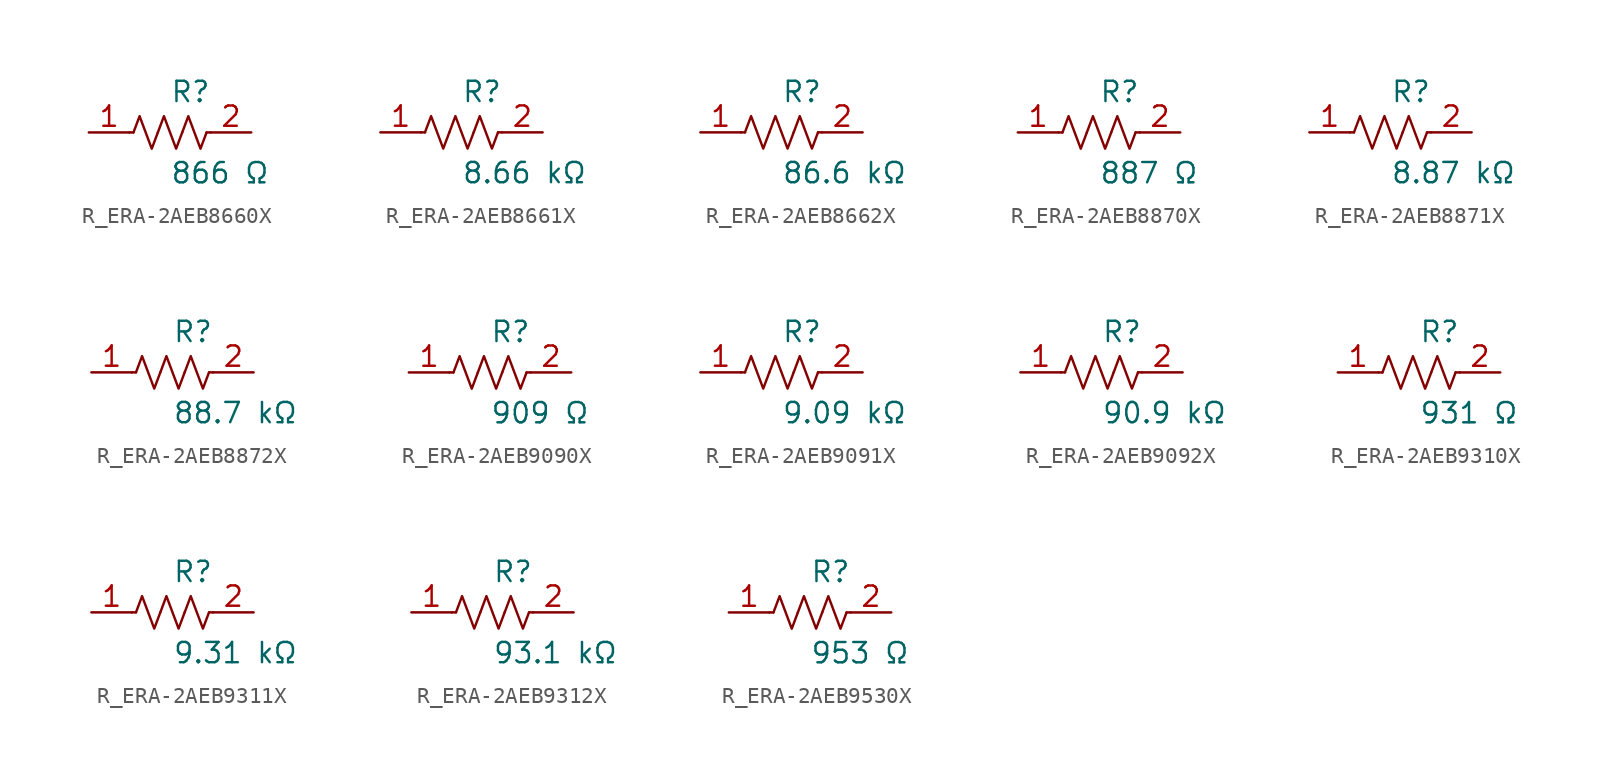
<source format=kicad_sym>
(kicad_symbol_lib
  (version 20231120)
  (generator kicad_symbol_editor)
  (generator_version 8.0)
  (symbol "R_ERA-2AEB8660X"
    (pin_names
      (offset 0.254))
    (property "Reference" "R"
      (at 0.0 2.54 0)
      (effects (font (size 1.27 1.27)) (justify left)))
    (property "Value" "866 Ω"
      (at 0.0 -2.54 0)
      (effects (font (size 1.27 1.27)) (justify left)))
    (symbol "R_ERA-2AEB8660X_0_1"
      (polyline (pts (xy 2.286 0) (xy 2.54 0)) (stroke (width 0) (type default)) (fill (type none)))
      (polyline (pts (xy -2.286 0) (xy -2.54 0)) (stroke (width 0) (type default)) (fill (type none)))
      (polyline (pts (xy 0.762 0) (xy 1.143 1.016) (xy 1.524 0) (xy 1.905 -1.016) (xy 2.286 0)) (stroke (width 0) (type default)) (fill (type none)))
      (polyline (pts (xy -0.762 0) (xy -0.381 1.016) (xy 0 0) (xy 0.381 -1.016) (xy 0.762 0)) (stroke (width 0) (type default)) (fill (type none)))
      (polyline (pts (xy -2.286 0) (xy -1.905 1.016) (xy -1.524 0) (xy -1.143 -1.016) (xy -0.762 0)) (stroke (width 0) (type default)) (fill (type none))))
    (pin unspecified line
      (at -5.08 0 0)
      (length 2.54)
      (name "" (effects (font (size 1.27 1.27))))
      (number "1" (effects (font (size 1.27 1.27)))))
    (pin unspecified line
      (at 5.08 0 180)
      (length 2.54)
      (name "" (effects (font (size 1.27 1.27))))
      (number "2" (effects (font (size 1.27 1.27))))))
  (symbol "R_ERA-2AEB8661X"
    (pin_names
      (offset 0.254))
    (property "Reference" "R"
      (at 0.0 2.54 0)
      (effects (font (size 1.27 1.27)) (justify left)))
    (property "Value" "8.66 kΩ"
      (at 0.0 -2.54 0)
      (effects (font (size 1.27 1.27)) (justify left)))
    (symbol "R_ERA-2AEB8661X_0_1"
      (polyline (pts (xy 2.286 0) (xy 2.54 0)) (stroke (width 0) (type default)) (fill (type none)))
      (polyline (pts (xy -2.286 0) (xy -2.54 0)) (stroke (width 0) (type default)) (fill (type none)))
      (polyline (pts (xy 0.762 0) (xy 1.143 1.016) (xy 1.524 0) (xy 1.905 -1.016) (xy 2.286 0)) (stroke (width 0) (type default)) (fill (type none)))
      (polyline (pts (xy -0.762 0) (xy -0.381 1.016) (xy 0 0) (xy 0.381 -1.016) (xy 0.762 0)) (stroke (width 0) (type default)) (fill (type none)))
      (polyline (pts (xy -2.286 0) (xy -1.905 1.016) (xy -1.524 0) (xy -1.143 -1.016) (xy -0.762 0)) (stroke (width 0) (type default)) (fill (type none))))
    (pin unspecified line
      (at -5.08 0 0)
      (length 2.54)
      (name "" (effects (font (size 1.27 1.27))))
      (number "1" (effects (font (size 1.27 1.27)))))
    (pin unspecified line
      (at 5.08 0 180)
      (length 2.54)
      (name "" (effects (font (size 1.27 1.27))))
      (number "2" (effects (font (size 1.27 1.27))))))
  (symbol "R_ERA-2AEB8662X"
    (pin_names
      (offset 0.254))
    (property "Reference" "R"
      (at 0.0 2.54 0)
      (effects (font (size 1.27 1.27)) (justify left)))
    (property "Value" "86.6 kΩ"
      (at 0.0 -2.54 0)
      (effects (font (size 1.27 1.27)) (justify left)))
    (symbol "R_ERA-2AEB8662X_0_1"
      (polyline (pts (xy 2.286 0) (xy 2.54 0)) (stroke (width 0) (type default)) (fill (type none)))
      (polyline (pts (xy -2.286 0) (xy -2.54 0)) (stroke (width 0) (type default)) (fill (type none)))
      (polyline (pts (xy 0.762 0) (xy 1.143 1.016) (xy 1.524 0) (xy 1.905 -1.016) (xy 2.286 0)) (stroke (width 0) (type default)) (fill (type none)))
      (polyline (pts (xy -0.762 0) (xy -0.381 1.016) (xy 0 0) (xy 0.381 -1.016) (xy 0.762 0)) (stroke (width 0) (type default)) (fill (type none)))
      (polyline (pts (xy -2.286 0) (xy -1.905 1.016) (xy -1.524 0) (xy -1.143 -1.016) (xy -0.762 0)) (stroke (width 0) (type default)) (fill (type none))))
    (pin unspecified line
      (at -5.08 0 0)
      (length 2.54)
      (name "" (effects (font (size 1.27 1.27))))
      (number "1" (effects (font (size 1.27 1.27)))))
    (pin unspecified line
      (at 5.08 0 180)
      (length 2.54)
      (name "" (effects (font (size 1.27 1.27))))
      (number "2" (effects (font (size 1.27 1.27))))))
  (symbol "R_ERA-2AEB8870X"
    (pin_names
      (offset 0.254))
    (property "Reference" "R"
      (at 0.0 2.54 0)
      (effects (font (size 1.27 1.27)) (justify left)))
    (property "Value" "887 Ω"
      (at 0.0 -2.54 0)
      (effects (font (size 1.27 1.27)) (justify left)))
    (symbol "R_ERA-2AEB8870X_0_1"
      (polyline (pts (xy 2.286 0) (xy 2.54 0)) (stroke (width 0) (type default)) (fill (type none)))
      (polyline (pts (xy -2.286 0) (xy -2.54 0)) (stroke (width 0) (type default)) (fill (type none)))
      (polyline (pts (xy 0.762 0) (xy 1.143 1.016) (xy 1.524 0) (xy 1.905 -1.016) (xy 2.286 0)) (stroke (width 0) (type default)) (fill (type none)))
      (polyline (pts (xy -0.762 0) (xy -0.381 1.016) (xy 0 0) (xy 0.381 -1.016) (xy 0.762 0)) (stroke (width 0) (type default)) (fill (type none)))
      (polyline (pts (xy -2.286 0) (xy -1.905 1.016) (xy -1.524 0) (xy -1.143 -1.016) (xy -0.762 0)) (stroke (width 0) (type default)) (fill (type none))))
    (pin unspecified line
      (at -5.08 0 0)
      (length 2.54)
      (name "" (effects (font (size 1.27 1.27))))
      (number "1" (effects (font (size 1.27 1.27)))))
    (pin unspecified line
      (at 5.08 0 180)
      (length 2.54)
      (name "" (effects (font (size 1.27 1.27))))
      (number "2" (effects (font (size 1.27 1.27))))))
  (symbol "R_ERA-2AEB8871X"
    (pin_names
      (offset 0.254))
    (property "Reference" "R"
      (at 0.0 2.54 0)
      (effects (font (size 1.27 1.27)) (justify left)))
    (property "Value" "8.87 kΩ"
      (at 0.0 -2.54 0)
      (effects (font (size 1.27 1.27)) (justify left)))
    (symbol "R_ERA-2AEB8871X_0_1"
      (polyline (pts (xy 2.286 0) (xy 2.54 0)) (stroke (width 0) (type default)) (fill (type none)))
      (polyline (pts (xy -2.286 0) (xy -2.54 0)) (stroke (width 0) (type default)) (fill (type none)))
      (polyline (pts (xy 0.762 0) (xy 1.143 1.016) (xy 1.524 0) (xy 1.905 -1.016) (xy 2.286 0)) (stroke (width 0) (type default)) (fill (type none)))
      (polyline (pts (xy -0.762 0) (xy -0.381 1.016) (xy 0 0) (xy 0.381 -1.016) (xy 0.762 0)) (stroke (width 0) (type default)) (fill (type none)))
      (polyline (pts (xy -2.286 0) (xy -1.905 1.016) (xy -1.524 0) (xy -1.143 -1.016) (xy -0.762 0)) (stroke (width 0) (type default)) (fill (type none))))
    (pin unspecified line
      (at -5.08 0 0)
      (length 2.54)
      (name "" (effects (font (size 1.27 1.27))))
      (number "1" (effects (font (size 1.27 1.27)))))
    (pin unspecified line
      (at 5.08 0 180)
      (length 2.54)
      (name "" (effects (font (size 1.27 1.27))))
      (number "2" (effects (font (size 1.27 1.27))))))
  (symbol "R_ERA-2AEB8872X"
    (pin_names
      (offset 0.254))
    (property "Reference" "R"
      (at 0.0 2.54 0)
      (effects (font (size 1.27 1.27)) (justify left)))
    (property "Value" "88.7 kΩ"
      (at 0.0 -2.54 0)
      (effects (font (size 1.27 1.27)) (justify left)))
    (symbol "R_ERA-2AEB8872X_0_1"
      (polyline (pts (xy 2.286 0) (xy 2.54 0)) (stroke (width 0) (type default)) (fill (type none)))
      (polyline (pts (xy -2.286 0) (xy -2.54 0)) (stroke (width 0) (type default)) (fill (type none)))
      (polyline (pts (xy 0.762 0) (xy 1.143 1.016) (xy 1.524 0) (xy 1.905 -1.016) (xy 2.286 0)) (stroke (width 0) (type default)) (fill (type none)))
      (polyline (pts (xy -0.762 0) (xy -0.381 1.016) (xy 0 0) (xy 0.381 -1.016) (xy 0.762 0)) (stroke (width 0) (type default)) (fill (type none)))
      (polyline (pts (xy -2.286 0) (xy -1.905 1.016) (xy -1.524 0) (xy -1.143 -1.016) (xy -0.762 0)) (stroke (width 0) (type default)) (fill (type none))))
    (pin unspecified line
      (at -5.08 0 0)
      (length 2.54)
      (name "" (effects (font (size 1.27 1.27))))
      (number "1" (effects (font (size 1.27 1.27)))))
    (pin unspecified line
      (at 5.08 0 180)
      (length 2.54)
      (name "" (effects (font (size 1.27 1.27))))
      (number "2" (effects (font (size 1.27 1.27))))))
  (symbol "R_ERA-2AEB9090X"
    (pin_names
      (offset 0.254))
    (property "Reference" "R"
      (at 0.0 2.54 0)
      (effects (font (size 1.27 1.27)) (justify left)))
    (property "Value" "909 Ω"
      (at 0.0 -2.54 0)
      (effects (font (size 1.27 1.27)) (justify left)))
    (symbol "R_ERA-2AEB9090X_0_1"
      (polyline (pts (xy 2.286 0) (xy 2.54 0)) (stroke (width 0) (type default)) (fill (type none)))
      (polyline (pts (xy -2.286 0) (xy -2.54 0)) (stroke (width 0) (type default)) (fill (type none)))
      (polyline (pts (xy 0.762 0) (xy 1.143 1.016) (xy 1.524 0) (xy 1.905 -1.016) (xy 2.286 0)) (stroke (width 0) (type default)) (fill (type none)))
      (polyline (pts (xy -0.762 0) (xy -0.381 1.016) (xy 0 0) (xy 0.381 -1.016) (xy 0.762 0)) (stroke (width 0) (type default)) (fill (type none)))
      (polyline (pts (xy -2.286 0) (xy -1.905 1.016) (xy -1.524 0) (xy -1.143 -1.016) (xy -0.762 0)) (stroke (width 0) (type default)) (fill (type none))))
    (pin unspecified line
      (at -5.08 0 0)
      (length 2.54)
      (name "" (effects (font (size 1.27 1.27))))
      (number "1" (effects (font (size 1.27 1.27)))))
    (pin unspecified line
      (at 5.08 0 180)
      (length 2.54)
      (name "" (effects (font (size 1.27 1.27))))
      (number "2" (effects (font (size 1.27 1.27))))))
  (symbol "R_ERA-2AEB9091X"
    (pin_names
      (offset 0.254))
    (property "Reference" "R"
      (at 0.0 2.54 0)
      (effects (font (size 1.27 1.27)) (justify left)))
    (property "Value" "9.09 kΩ"
      (at 0.0 -2.54 0)
      (effects (font (size 1.27 1.27)) (justify left)))
    (symbol "R_ERA-2AEB9091X_0_1"
      (polyline (pts (xy 2.286 0) (xy 2.54 0)) (stroke (width 0) (type default)) (fill (type none)))
      (polyline (pts (xy -2.286 0) (xy -2.54 0)) (stroke (width 0) (type default)) (fill (type none)))
      (polyline (pts (xy 0.762 0) (xy 1.143 1.016) (xy 1.524 0) (xy 1.905 -1.016) (xy 2.286 0)) (stroke (width 0) (type default)) (fill (type none)))
      (polyline (pts (xy -0.762 0) (xy -0.381 1.016) (xy 0 0) (xy 0.381 -1.016) (xy 0.762 0)) (stroke (width 0) (type default)) (fill (type none)))
      (polyline (pts (xy -2.286 0) (xy -1.905 1.016) (xy -1.524 0) (xy -1.143 -1.016) (xy -0.762 0)) (stroke (width 0) (type default)) (fill (type none))))
    (pin unspecified line
      (at -5.08 0 0)
      (length 2.54)
      (name "" (effects (font (size 1.27 1.27))))
      (number "1" (effects (font (size 1.27 1.27)))))
    (pin unspecified line
      (at 5.08 0 180)
      (length 2.54)
      (name "" (effects (font (size 1.27 1.27))))
      (number "2" (effects (font (size 1.27 1.27))))))
  (symbol "R_ERA-2AEB9092X"
    (pin_names
      (offset 0.254))
    (property "Reference" "R"
      (at 0.0 2.54 0)
      (effects (font (size 1.27 1.27)) (justify left)))
    (property "Value" "90.9 kΩ"
      (at 0.0 -2.54 0)
      (effects (font (size 1.27 1.27)) (justify left)))
    (symbol "R_ERA-2AEB9092X_0_1"
      (polyline (pts (xy 2.286 0) (xy 2.54 0)) (stroke (width 0) (type default)) (fill (type none)))
      (polyline (pts (xy -2.286 0) (xy -2.54 0)) (stroke (width 0) (type default)) (fill (type none)))
      (polyline (pts (xy 0.762 0) (xy 1.143 1.016) (xy 1.524 0) (xy 1.905 -1.016) (xy 2.286 0)) (stroke (width 0) (type default)) (fill (type none)))
      (polyline (pts (xy -0.762 0) (xy -0.381 1.016) (xy 0 0) (xy 0.381 -1.016) (xy 0.762 0)) (stroke (width 0) (type default)) (fill (type none)))
      (polyline (pts (xy -2.286 0) (xy -1.905 1.016) (xy -1.524 0) (xy -1.143 -1.016) (xy -0.762 0)) (stroke (width 0) (type default)) (fill (type none))))
    (pin unspecified line
      (at -5.08 0 0)
      (length 2.54)
      (name "" (effects (font (size 1.27 1.27))))
      (number "1" (effects (font (size 1.27 1.27)))))
    (pin unspecified line
      (at 5.08 0 180)
      (length 2.54)
      (name "" (effects (font (size 1.27 1.27))))
      (number "2" (effects (font (size 1.27 1.27))))))
  (symbol "R_ERA-2AEB9310X"
    (pin_names
      (offset 0.254))
    (property "Reference" "R"
      (at 0.0 2.54 0)
      (effects (font (size 1.27 1.27)) (justify left)))
    (property "Value" "931 Ω"
      (at 0.0 -2.54 0)
      (effects (font (size 1.27 1.27)) (justify left)))
    (symbol "R_ERA-2AEB9310X_0_1"
      (polyline (pts (xy 2.286 0) (xy 2.54 0)) (stroke (width 0) (type default)) (fill (type none)))
      (polyline (pts (xy -2.286 0) (xy -2.54 0)) (stroke (width 0) (type default)) (fill (type none)))
      (polyline (pts (xy 0.762 0) (xy 1.143 1.016) (xy 1.524 0) (xy 1.905 -1.016) (xy 2.286 0)) (stroke (width 0) (type default)) (fill (type none)))
      (polyline (pts (xy -0.762 0) (xy -0.381 1.016) (xy 0 0) (xy 0.381 -1.016) (xy 0.762 0)) (stroke (width 0) (type default)) (fill (type none)))
      (polyline (pts (xy -2.286 0) (xy -1.905 1.016) (xy -1.524 0) (xy -1.143 -1.016) (xy -0.762 0)) (stroke (width 0) (type default)) (fill (type none))))
    (pin unspecified line
      (at -5.08 0 0)
      (length 2.54)
      (name "" (effects (font (size 1.27 1.27))))
      (number "1" (effects (font (size 1.27 1.27)))))
    (pin unspecified line
      (at 5.08 0 180)
      (length 2.54)
      (name "" (effects (font (size 1.27 1.27))))
      (number "2" (effects (font (size 1.27 1.27))))))
  (symbol "R_ERA-2AEB9311X"
    (pin_names
      (offset 0.254))
    (property "Reference" "R"
      (at 0.0 2.54 0)
      (effects (font (size 1.27 1.27)) (justify left)))
    (property "Value" "9.31 kΩ"
      (at 0.0 -2.54 0)
      (effects (font (size 1.27 1.27)) (justify left)))
    (symbol "R_ERA-2AEB9311X_0_1"
      (polyline (pts (xy 2.286 0) (xy 2.54 0)) (stroke (width 0) (type default)) (fill (type none)))
      (polyline (pts (xy -2.286 0) (xy -2.54 0)) (stroke (width 0) (type default)) (fill (type none)))
      (polyline (pts (xy 0.762 0) (xy 1.143 1.016) (xy 1.524 0) (xy 1.905 -1.016) (xy 2.286 0)) (stroke (width 0) (type default)) (fill (type none)))
      (polyline (pts (xy -0.762 0) (xy -0.381 1.016) (xy 0 0) (xy 0.381 -1.016) (xy 0.762 0)) (stroke (width 0) (type default)) (fill (type none)))
      (polyline (pts (xy -2.286 0) (xy -1.905 1.016) (xy -1.524 0) (xy -1.143 -1.016) (xy -0.762 0)) (stroke (width 0) (type default)) (fill (type none))))
    (pin unspecified line
      (at -5.08 0 0)
      (length 2.54)
      (name "" (effects (font (size 1.27 1.27))))
      (number "1" (effects (font (size 1.27 1.27)))))
    (pin unspecified line
      (at 5.08 0 180)
      (length 2.54)
      (name "" (effects (font (size 1.27 1.27))))
      (number "2" (effects (font (size 1.27 1.27))))))
  (symbol "R_ERA-2AEB9312X"
    (pin_names
      (offset 0.254))
    (property "Reference" "R"
      (at 0.0 2.54 0)
      (effects (font (size 1.27 1.27)) (justify left)))
    (property "Value" "93.1 kΩ"
      (at 0.0 -2.54 0)
      (effects (font (size 1.27 1.27)) (justify left)))
    (symbol "R_ERA-2AEB9312X_0_1"
      (polyline (pts (xy 2.286 0) (xy 2.54 0)) (stroke (width 0) (type default)) (fill (type none)))
      (polyline (pts (xy -2.286 0) (xy -2.54 0)) (stroke (width 0) (type default)) (fill (type none)))
      (polyline (pts (xy 0.762 0) (xy 1.143 1.016) (xy 1.524 0) (xy 1.905 -1.016) (xy 2.286 0)) (stroke (width 0) (type default)) (fill (type none)))
      (polyline (pts (xy -0.762 0) (xy -0.381 1.016) (xy 0 0) (xy 0.381 -1.016) (xy 0.762 0)) (stroke (width 0) (type default)) (fill (type none)))
      (polyline (pts (xy -2.286 0) (xy -1.905 1.016) (xy -1.524 0) (xy -1.143 -1.016) (xy -0.762 0)) (stroke (width 0) (type default)) (fill (type none))))
    (pin unspecified line
      (at -5.08 0 0)
      (length 2.54)
      (name "" (effects (font (size 1.27 1.27))))
      (number "1" (effects (font (size 1.27 1.27)))))
    (pin unspecified line
      (at 5.08 0 180)
      (length 2.54)
      (name "" (effects (font (size 1.27 1.27))))
      (number "2" (effects (font (size 1.27 1.27))))))
  (symbol "R_ERA-2AEB9530X"
    (pin_names
      (offset 0.254))
    (property "Reference" "R"
      (at 0.0 2.54 0)
      (effects (font (size 1.27 1.27)) (justify left)))
    (property "Value" "953 Ω"
      (at 0.0 -2.54 0)
      (effects (font (size 1.27 1.27)) (justify left)))
    (symbol "R_ERA-2AEB9530X_0_1"
      (polyline (pts (xy 2.286 0) (xy 2.54 0)) (stroke (width 0) (type default)) (fill (type none)))
      (polyline (pts (xy -2.286 0) (xy -2.54 0)) (stroke (width 0) (type default)) (fill (type none)))
      (polyline (pts (xy 0.762 0) (xy 1.143 1.016) (xy 1.524 0) (xy 1.905 -1.016) (xy 2.286 0)) (stroke (width 0) (type default)) (fill (type none)))
      (polyline (pts (xy -0.762 0) (xy -0.381 1.016) (xy 0 0) (xy 0.381 -1.016) (xy 0.762 0)) (stroke (width 0) (type default)) (fill (type none)))
      (polyline (pts (xy -2.286 0) (xy -1.905 1.016) (xy -1.524 0) (xy -1.143 -1.016) (xy -0.762 0)) (stroke (width 0) (type default)) (fill (type none))))
    (pin unspecified line
      (at -5.08 0 0)
      (length 2.54)
      (name "" (effects (font (size 1.27 1.27))))
      (number "1" (effects (font (size 1.27 1.27)))))
    (pin unspecified line
      (at 5.08 0 180)
      (length 2.54)
      (name "" (effects (font (size 1.27 1.27))))
      (number "2" (effects (font (size 1.27 1.27)))))))
</source>
